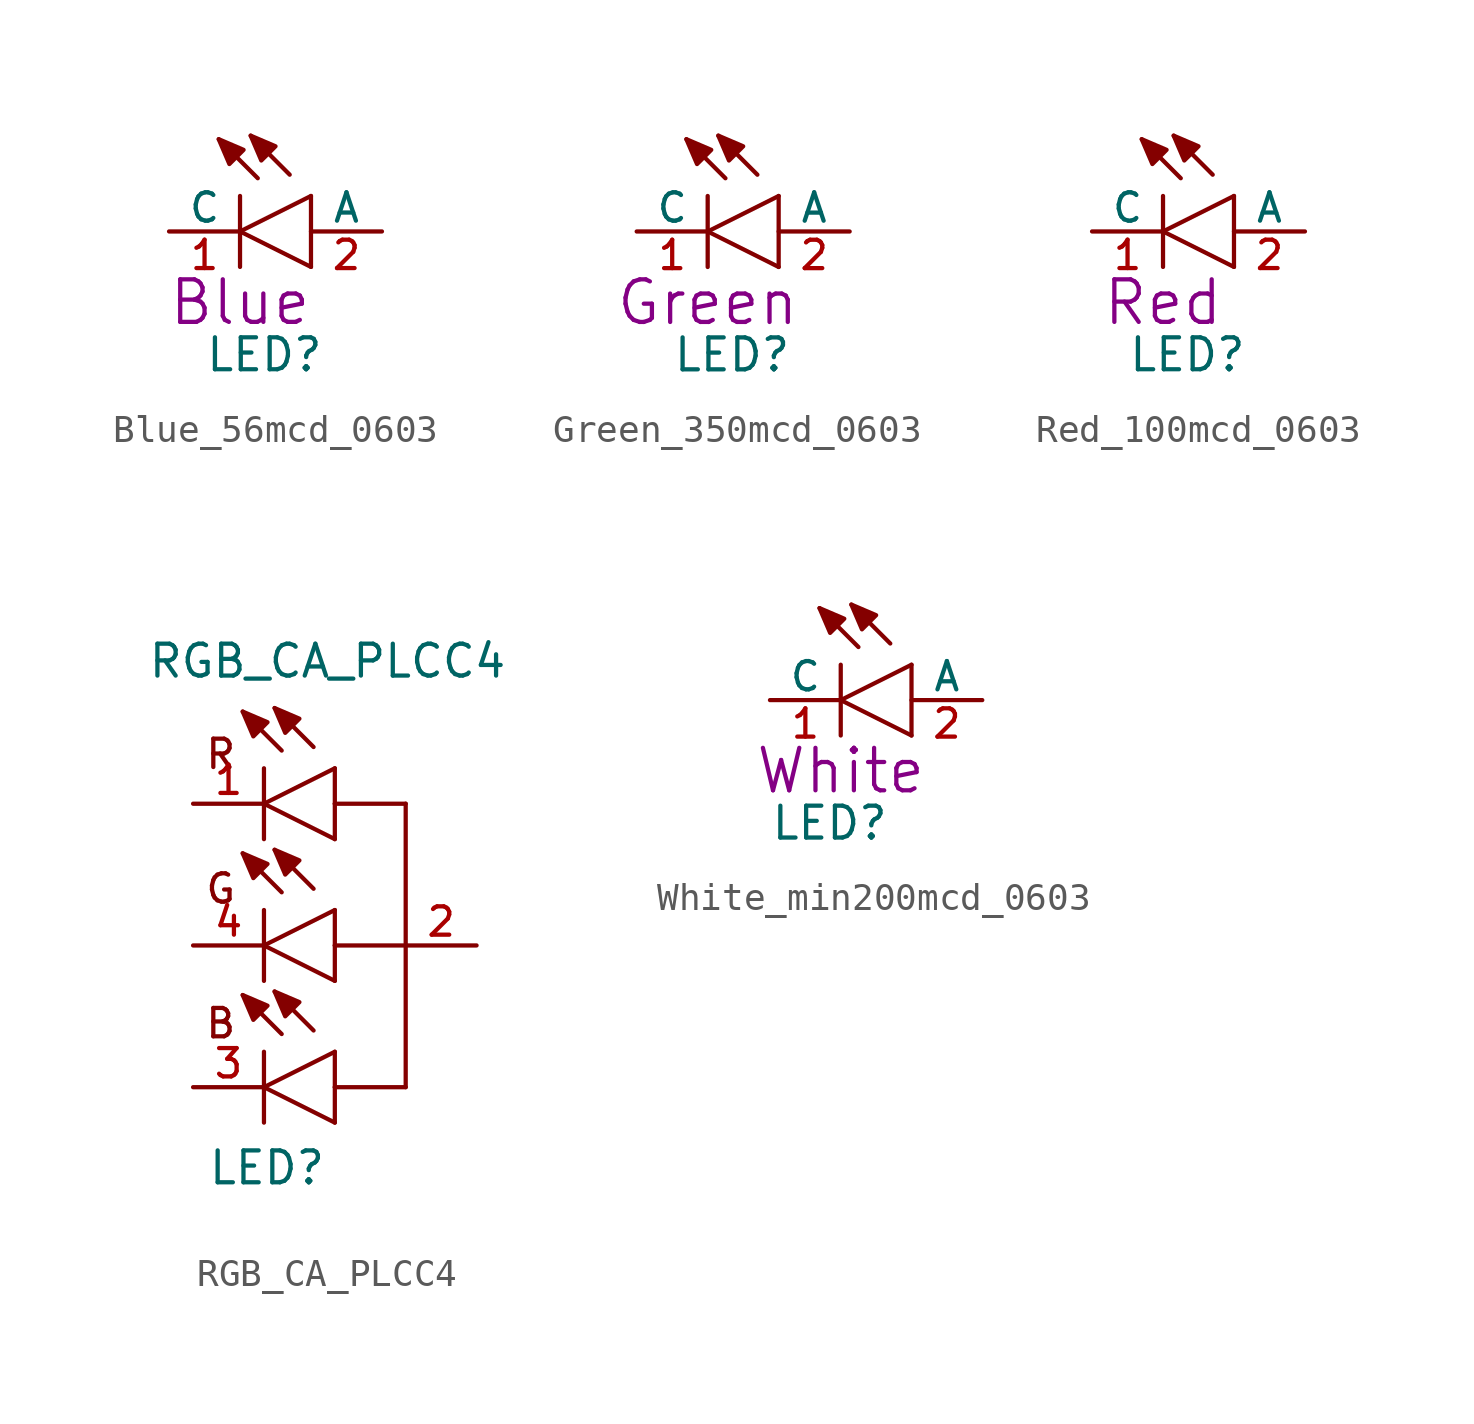
<source format=kicad_sym>
(kicad_symbol_lib
  (version 20211014)
  (generator kicad_symbol_editor)
  (symbol "Blue_56mcd_0603"
    (pin_names
      (offset 0))
    (property "Reference" "LED"
      (at -1.27 -5.08 0)
      (effects (font (size 1.143 1.143)) (justify left bottom)))
    (property "Display" "Blue"
      (at 0 -2.54 0)
      (effects (font (size 1.524 1.524))))
    (symbol "Blue_56mcd_0603_1_0"
      (polyline (pts (xy 0 -1.27) (xy 0 0)) (stroke (width 0) (type default) (color 0 0 0 0)) (fill (type none)))
      (polyline (pts (xy 0 0) (xy 0 1.27)) (stroke (width 0) (type default) (color 0 0 0 0)) (fill (type none)))
      (polyline (pts (xy 0 0) (xy 2.54 1.27)) (stroke (width 0) (type default) (color 0 0 0 0)) (fill (type none)))
      (polyline (pts (xy 0.635 1.905) (xy -0.762 3.302)) (stroke (width 0) (type default) (color 0 0 0 0)) (fill (type none)))
      (polyline (pts (xy 1.778 2.032) (xy 0.381 3.429)) (stroke (width 0) (type default) (color 0 0 0 0)) (fill (type none)))
      (polyline (pts (xy 2.54 -1.27) (xy 0 0)) (stroke (width 0) (type default) (color 0 0 0 0)) (fill (type none)))
      (polyline (pts (xy 2.54 -1.27) (xy 2.54 1.27)) (stroke (width 0) (type default) (color 0 0 0 0)) (fill (type none))))
    (symbol "Blue_56mcd_0603_1_1"
      (polyline (pts (xy -0.762 3.302) (xy 0.127 2.921) (xy 0.127 2.921) (xy -0.381 2.413) (xy -0.381 2.413) (xy -0.762 3.302)) (stroke (width 0) (type default) (color 0 0 0 0)) (fill (type outline)))
      (polyline (pts (xy 0.381 3.429) (xy 1.27 3.048) (xy 1.27 3.048) (xy 0.762 2.54) (xy 0.762 2.54) (xy 0.381 3.429)) (stroke (width 0) (type default) (color 0 0 0 0)) (fill (type outline)))
      (pin passive line (at -2.54 0 0) (length 2.54) (name "C" (effects (font (size 1.016 1.016)))) (number "1" (effects (font (size 1.016 1.016)))))
      (pin passive line (at 5.08 0 180) (length 2.54) (name "A" (effects (font (size 1.016 1.016)))) (number "2" (effects (font (size 1.016 1.016)))))))
  (symbol "Green_350mcd_0603"
    (pin_names
      (offset 0))
    (property "Reference" "LED"
      (at -1.27 -5.08 0)
      (effects (font (size 1.143 1.143)) (justify left bottom)))
    (property "Display" "Green"
      (at 0 -2.54 0)
      (effects (font (size 1.524 1.524))))
    (symbol "Green_350mcd_0603_1_0"
      (polyline (pts (xy 0 -1.27) (xy 0 0)) (stroke (width 0) (type default) (color 0 0 0 0)) (fill (type none)))
      (polyline (pts (xy 0 0) (xy 0 1.27)) (stroke (width 0) (type default) (color 0 0 0 0)) (fill (type none)))
      (polyline (pts (xy 0 0) (xy 2.54 1.27)) (stroke (width 0) (type default) (color 0 0 0 0)) (fill (type none)))
      (polyline (pts (xy 0.635 1.905) (xy -0.762 3.302)) (stroke (width 0) (type default) (color 0 0 0 0)) (fill (type none)))
      (polyline (pts (xy 1.778 2.032) (xy 0.381 3.429)) (stroke (width 0) (type default) (color 0 0 0 0)) (fill (type none)))
      (polyline (pts (xy 2.54 -1.27) (xy 0 0)) (stroke (width 0) (type default) (color 0 0 0 0)) (fill (type none)))
      (polyline (pts (xy 2.54 -1.27) (xy 2.54 1.27)) (stroke (width 0) (type default) (color 0 0 0 0)) (fill (type none))))
    (symbol "Green_350mcd_0603_1_1"
      (polyline (pts (xy -0.762 3.302) (xy 0.127 2.921) (xy 0.127 2.921) (xy -0.381 2.413) (xy -0.381 2.413) (xy -0.762 3.302)) (stroke (width 0) (type default) (color 0 0 0 0)) (fill (type outline)))
      (polyline (pts (xy 0.381 3.429) (xy 1.27 3.048) (xy 1.27 3.048) (xy 0.762 2.54) (xy 0.762 2.54) (xy 0.381 3.429)) (stroke (width 0) (type default) (color 0 0 0 0)) (fill (type outline)))
      (pin passive line (at -2.54 0 0) (length 2.54) (name "C" (effects (font (size 1.016 1.016)))) (number "1" (effects (font (size 1.016 1.016)))))
      (pin passive line (at 5.08 0 180) (length 2.54) (name "A" (effects (font (size 1.016 1.016)))) (number "2" (effects (font (size 1.016 1.016)))))))
  (symbol "Red_100mcd_0603"
    (pin_names
      (offset 0))
    (property "Reference" "LED"
      (at -1.27 -5.08 0)
      (effects (font (size 1.143 1.143)) (justify left bottom)))
    (property "Display" "Red"
      (at 0 -2.54 0)
      (effects (font (size 1.524 1.524))))
    (symbol "Red_100mcd_0603_1_0"
      (polyline (pts (xy 0 -1.27) (xy 0 0)) (stroke (width 0) (type default) (color 0 0 0 0)) (fill (type none)))
      (polyline (pts (xy 0 0) (xy 0 1.27)) (stroke (width 0) (type default) (color 0 0 0 0)) (fill (type none)))
      (polyline (pts (xy 0 0) (xy 2.54 1.27)) (stroke (width 0) (type default) (color 0 0 0 0)) (fill (type none)))
      (polyline (pts (xy 0.635 1.905) (xy -0.762 3.302)) (stroke (width 0) (type default) (color 0 0 0 0)) (fill (type none)))
      (polyline (pts (xy 1.778 2.032) (xy 0.381 3.429)) (stroke (width 0) (type default) (color 0 0 0 0)) (fill (type none)))
      (polyline (pts (xy 2.54 -1.27) (xy 0 0)) (stroke (width 0) (type default) (color 0 0 0 0)) (fill (type none)))
      (polyline (pts (xy 2.54 -1.27) (xy 2.54 1.27)) (stroke (width 0) (type default) (color 0 0 0 0)) (fill (type none))))
    (symbol "Red_100mcd_0603_1_1"
      (polyline (pts (xy -0.762 3.302) (xy 0.127 2.921) (xy 0.127 2.921) (xy -0.381 2.413) (xy -0.381 2.413) (xy -0.762 3.302)) (stroke (width 0) (type default) (color 0 0 0 0)) (fill (type outline)))
      (polyline (pts (xy 0.381 3.429) (xy 1.27 3.048) (xy 1.27 3.048) (xy 0.762 2.54) (xy 0.762 2.54) (xy 0.381 3.429)) (stroke (width 0) (type default) (color 0 0 0 0)) (fill (type outline)))
      (pin passive line (at -2.54 0 0) (length 2.54) (name "C" (effects (font (size 1.016 1.016)))) (number "1" (effects (font (size 1.016 1.016)))))
      (pin passive line (at 5.08 0 180) (length 2.54) (name "A" (effects (font (size 1.016 1.016)))) (number "2" (effects (font (size 1.016 1.016)))))))
  (symbol "RGB_CA_PLCC4"
    (pin_names
      (offset 1.016) hide)
    (property "Reference" "LED"
      (at -4.572 -8.636 0)
      (effects (font (size 1.143 1.143)) (justify left bottom)))
    (property "Value" "RGB_CA_PLCC4"
      (at -6.731 9.525 0)
      (effects (font (size 1.143 1.143)) (justify left bottom)))
    (symbol "RGB_CA_PLCC4_1_0"
      (polyline (pts (xy -2.54 -6.35) (xy -2.54 -5.08)) (stroke (width 0) (type default) (color 0 0 0 0)) (fill (type none)))
      (polyline (pts (xy -2.54 -5.08) (xy -2.54 -3.81)) (stroke (width 0) (type default) (color 0 0 0 0)) (fill (type none)))
      (polyline (pts (xy -2.54 -5.08) (xy 0 -3.81)) (stroke (width 0) (type default) (color 0 0 0 0)) (fill (type none)))
      (polyline (pts (xy -2.54 -1.27) (xy -2.54 0)) (stroke (width 0) (type default) (color 0 0 0 0)) (fill (type none)))
      (polyline (pts (xy -2.54 0) (xy -2.54 1.27)) (stroke (width 0) (type default) (color 0 0 0 0)) (fill (type none)))
      (polyline (pts (xy -2.54 0) (xy 0 1.27)) (stroke (width 0) (type default) (color 0 0 0 0)) (fill (type none)))
      (polyline (pts (xy -2.54 3.81) (xy -2.54 5.08)) (stroke (width 0) (type default) (color 0 0 0 0)) (fill (type none)))
      (polyline (pts (xy -2.54 5.08) (xy -2.54 6.35)) (stroke (width 0) (type default) (color 0 0 0 0)) (fill (type none)))
      (polyline (pts (xy -2.54 5.08) (xy 0 6.35)) (stroke (width 0) (type default) (color 0 0 0 0)) (fill (type none)))
      (polyline (pts (xy -1.905 -3.175) (xy -3.302 -1.778)) (stroke (width 0) (type default) (color 0 0 0 0)) (fill (type none)))
      (polyline (pts (xy -1.905 1.905) (xy -3.302 3.302)) (stroke (width 0) (type default) (color 0 0 0 0)) (fill (type none)))
      (polyline (pts (xy -1.905 6.985) (xy -3.302 8.382)) (stroke (width 0) (type default) (color 0 0 0 0)) (fill (type none)))
      (polyline (pts (xy -0.762 -3.048) (xy -2.159 -1.651)) (stroke (width 0) (type default) (color 0 0 0 0)) (fill (type none)))
      (polyline (pts (xy -0.762 2.032) (xy -2.159 3.429)) (stroke (width 0) (type default) (color 0 0 0 0)) (fill (type none)))
      (polyline (pts (xy -0.762 7.112) (xy -2.159 8.509)) (stroke (width 0) (type default) (color 0 0 0 0)) (fill (type none)))
      (polyline (pts (xy 0 -6.35) (xy -2.54 -5.08)) (stroke (width 0) (type default) (color 0 0 0 0)) (fill (type none)))
      (polyline (pts (xy 0 -6.35) (xy 0 -5.08)) (stroke (width 0) (type default) (color 0 0 0 0)) (fill (type none)))
      (polyline (pts (xy 0 -5.08) (xy 0 -3.81)) (stroke (width 0) (type default) (color 0 0 0 0)) (fill (type none)))
      (polyline (pts (xy 0 -1.27) (xy -2.54 0)) (stroke (width 0) (type default) (color 0 0 0 0)) (fill (type none)))
      (polyline (pts (xy 0 -1.27) (xy 0 0)) (stroke (width 0) (type default) (color 0 0 0 0)) (fill (type none)))
      (polyline (pts (xy 0 0) (xy 0 1.27)) (stroke (width 0) (type default) (color 0 0 0 0)) (fill (type none)))
      (polyline (pts (xy 0 3.81) (xy -2.54 5.08)) (stroke (width 0) (type default) (color 0 0 0 0)) (fill (type none)))
      (polyline (pts (xy 0 3.81) (xy 0 5.08)) (stroke (width 0) (type default) (color 0 0 0 0)) (fill (type none)))
      (polyline (pts (xy 0 5.08) (xy 0 6.35)) (stroke (width 0) (type default) (color 0 0 0 0)) (fill (type none)))
      (polyline (pts (xy 2.54 -5.08) (xy 0 -5.08)) (stroke (width 0) (type default) (color 0 0 0 0)) (fill (type none)))
      (polyline (pts (xy 2.54 0) (xy 0 0)) (stroke (width 0) (type default) (color 0 0 0 0)) (fill (type none)))
      (polyline (pts (xy 2.54 0) (xy 2.54 -5.08)) (stroke (width 0) (type default) (color 0 0 0 0)) (fill (type none)))
      (polyline (pts (xy 2.54 5.08) (xy 0 5.08)) (stroke (width 0) (type default) (color 0 0 0 0)) (fill (type none)))
      (polyline (pts (xy 2.54 5.08) (xy 2.54 0)) (stroke (width 0) (type default) (color 0 0 0 0)) (fill (type none)))
      (text "B" (at -4.089 -2.794 0) (effects (font (size 1.016 1.016))))
      (text "G" (at -4.089 2.032 0) (effects (font (size 1.016 1.016))))
      (text "R" (at -4.089 6.858 0) (effects (font (size 1.016 1.016)))))
    (symbol "RGB_CA_PLCC4_1_1"
      (polyline (pts (xy -3.302 -1.778) (xy -2.413 -2.159) (xy -2.413 -2.159) (xy -2.921 -2.667) (xy -2.921 -2.667) (xy -3.302 -1.778)) (stroke (width 0) (type default) (color 0 0 0 0)) (fill (type outline)))
      (polyline (pts (xy -3.302 3.302) (xy -2.413 2.921) (xy -2.413 2.921) (xy -2.921 2.413) (xy -2.921 2.413) (xy -3.302 3.302)) (stroke (width 0) (type default) (color 0 0 0 0)) (fill (type outline)))
      (polyline (pts (xy -3.302 8.382) (xy -2.413 8.001) (xy -2.413 8.001) (xy -2.921 7.493) (xy -2.921 7.493) (xy -3.302 8.382)) (stroke (width 0) (type default) (color 0 0 0 0)) (fill (type outline)))
      (polyline (pts (xy -2.159 -1.651) (xy -1.27 -2.032) (xy -1.27 -2.032) (xy -1.778 -2.54) (xy -1.778 -2.54) (xy -2.159 -1.651)) (stroke (width 0) (type default) (color 0 0 0 0)) (fill (type outline)))
      (polyline (pts (xy -2.159 3.429) (xy -1.27 3.048) (xy -1.27 3.048) (xy -1.778 2.54) (xy -1.778 2.54) (xy -2.159 3.429)) (stroke (width 0) (type default) (color 0 0 0 0)) (fill (type outline)))
      (polyline (pts (xy -2.159 8.509) (xy -1.27 8.128) (xy -1.27 8.128) (xy -1.778 7.62) (xy -1.778 7.62) (xy -2.159 8.509)) (stroke (width 0) (type default) (color 0 0 0 0)) (fill (type outline)))
      (pin passive line (at -5.08 5.08 0) (length 2.54) (name "CR" (effects (font (size 1.016 1.016)))) (number "1" (effects (font (size 1.016 1.016)))))
      (pin passive line (at 5.08 0 180) (length 2.54) (name "A" (effects (font (size 1.016 1.016)))) (number "2" (effects (font (size 1.016 1.016)))))
      (pin passive line (at -5.08 -5.08 0) (length 2.54) (name "CB" (effects (font (size 1.016 1.016)))) (number "3" (effects (font (size 1.016 1.016)))))
      (pin passive line (at -5.08 0 0) (length 2.54) (name "CG" (effects (font (size 1.016 1.016)))) (number "4" (effects (font (size 1.016 1.016)))))))
  (symbol "White_min200mcd_0603"
    (pin_names
      (offset 0))
    (property "Reference" "LED"
      (at -2.54 -5.08 0)
      (effects (font (size 1.143 1.143)) (justify left bottom)))
    (property "Display" "White"
      (at 0 -2.54 0)
      (effects (font (size 1.524 1.524))))
    (symbol "White_min200mcd_0603_1_0"
      (polyline (pts (xy 0 -1.27) (xy 0 0)) (stroke (width 0) (type default) (color 0 0 0 0)) (fill (type none)))
      (polyline (pts (xy 0 0) (xy 0 1.27)) (stroke (width 0) (type default) (color 0 0 0 0)) (fill (type none)))
      (polyline (pts (xy 0 0) (xy 2.54 1.27)) (stroke (width 0) (type default) (color 0 0 0 0)) (fill (type none)))
      (polyline (pts (xy 0.635 1.905) (xy -0.762 3.302)) (stroke (width 0) (type default) (color 0 0 0 0)) (fill (type none)))
      (polyline (pts (xy 1.778 2.032) (xy 0.381 3.429)) (stroke (width 0) (type default) (color 0 0 0 0)) (fill (type none)))
      (polyline (pts (xy 2.54 -1.27) (xy 0 0)) (stroke (width 0) (type default) (color 0 0 0 0)) (fill (type none)))
      (polyline (pts (xy 2.54 -1.27) (xy 2.54 1.27)) (stroke (width 0) (type default) (color 0 0 0 0)) (fill (type none))))
    (symbol "White_min200mcd_0603_1_1"
      (polyline (pts (xy -0.762 3.302) (xy 0.127 2.921) (xy 0.127 2.921) (xy -0.381 2.413) (xy -0.381 2.413) (xy -0.762 3.302)) (stroke (width 0) (type default) (color 0 0 0 0)) (fill (type outline)))
      (polyline (pts (xy 0.381 3.429) (xy 1.27 3.048) (xy 1.27 3.048) (xy 0.762 2.54) (xy 0.762 2.54) (xy 0.381 3.429)) (stroke (width 0) (type default) (color 0 0 0 0)) (fill (type outline)))
      (pin passive line (at -2.54 0 0) (length 2.54) (name "C" (effects (font (size 1.016 1.016)))) (number "1" (effects (font (size 1.016 1.016)))))
      (pin passive line (at 5.08 0 180) (length 2.54) (name "A" (effects (font (size 1.016 1.016)))) (number "2" (effects (font (size 1.016 1.016))))))))
</source>
